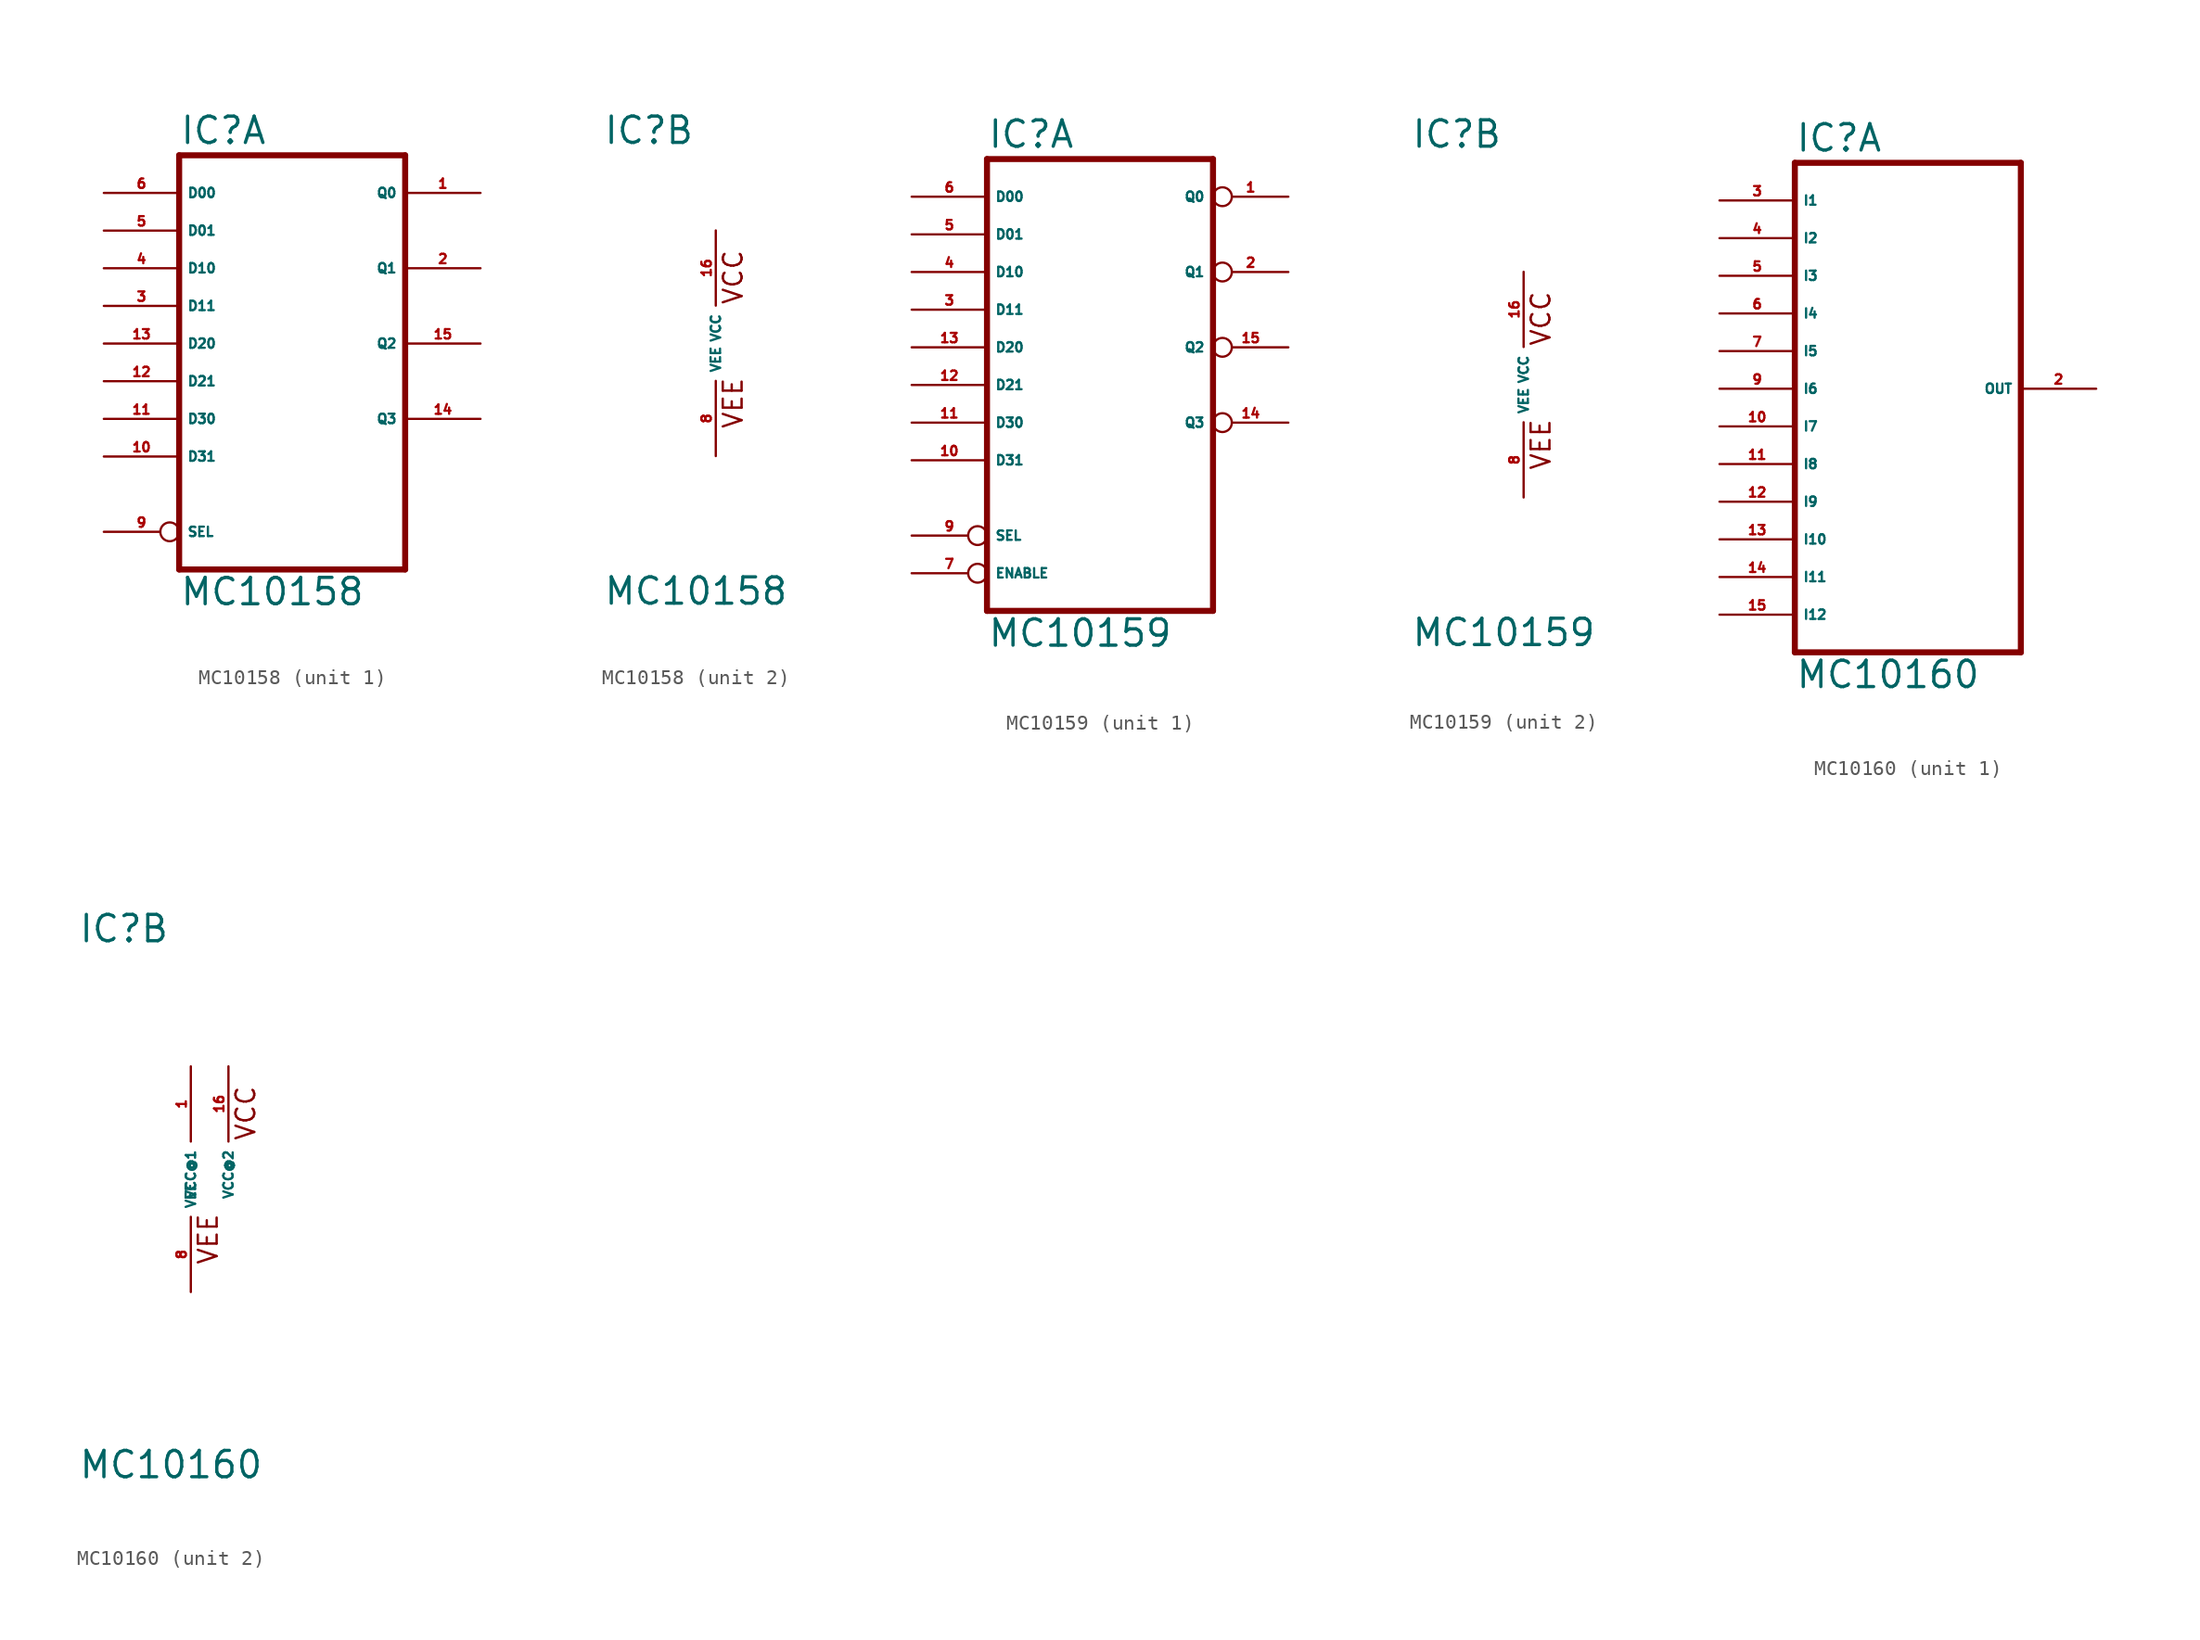
<source format=kicad_sym>
(kicad_symbol_lib
  (version 20220914)
  (generator Eagle2Kicad)
  (symbol "MC10158"
    (property "Reference" "IC"
      (at -7.62 13.335 0)
      (effects (font (size 1.778 1.778) (thickness 0.22)) (justify left bottom)))
    (property "Value" "MC10158"
      (at -7.62 -17.78 0)
      (effects (font (size 1.778 1.778) (thickness 0.22)) (justify left bottom)))
    (symbol "MC10158_1_0"
      (polyline (pts (xy -7.62 -15.24) (xy 7.62 -15.24)) (stroke (width 0.406) (type default)) (fill (type none)))
      (polyline (pts (xy 7.62 -15.24) (xy 7.62 12.7)) (stroke (width 0.406) (type default)) (fill (type none)))
      (polyline (pts (xy 7.62 12.7) (xy -7.62 12.7)) (stroke (width 0.406) (type default)) (fill (type none)))
      (polyline (pts (xy -7.62 12.7) (xy -7.62 -15.24)) (stroke (width 0.406) (type default)) (fill (type none)))
      (pin output line (at 12.7 10.16 180) (length 5.08) (name "Q0" (effects (font (size 0.635 0.635) (thickness 0.08)) (justify left bottom))) (number "1" (effects (font (size 0.635 0.635) (thickness 0.08)) (justify left bottom))))
      (pin output line (at 12.7 5.08 180) (length 5.08) (name "Q1" (effects (font (size 0.635 0.635) (thickness 0.08)) (justify left bottom))) (number "2" (effects (font (size 0.635 0.635) (thickness 0.08)) (justify left bottom))))
      (pin input line (at -12.7 2.54 0) (length 5.08) (name "D11" (effects (font (size 0.635 0.635) (thickness 0.08)) (justify left bottom))) (number "3" (effects (font (size 0.635 0.635) (thickness 0.08)) (justify left bottom))))
      (pin input line (at -12.7 5.08 0) (length 5.08) (name "D10" (effects (font (size 0.635 0.635) (thickness 0.08)) (justify left bottom))) (number "4" (effects (font (size 0.635 0.635) (thickness 0.08)) (justify left bottom))))
      (pin input line (at -12.7 7.62 0) (length 5.08) (name "D01" (effects (font (size 0.635 0.635) (thickness 0.08)) (justify left bottom))) (number "5" (effects (font (size 0.635 0.635) (thickness 0.08)) (justify left bottom))))
      (pin input line (at -12.7 10.16 0) (length 5.08) (name "D00" (effects (font (size 0.635 0.635) (thickness 0.08)) (justify left bottom))) (number "6" (effects (font (size 0.635 0.635) (thickness 0.08)) (justify left bottom))))
      (pin input inverted (at -12.7 -12.7 0) (length 5.08) (name "SEL" (effects (font (size 0.635 0.635) (thickness 0.08)) (justify left bottom))) (number "9" (effects (font (size 0.635 0.635) (thickness 0.08)) (justify left bottom))))
      (pin input line (at -12.7 -7.62 0) (length 5.08) (name "D31" (effects (font (size 0.635 0.635) (thickness 0.08)) (justify left bottom))) (number "10" (effects (font (size 0.635 0.635) (thickness 0.08)) (justify left bottom))))
      (pin input line (at -12.7 -5.08 0) (length 5.08) (name "D30" (effects (font (size 0.635 0.635) (thickness 0.08)) (justify left bottom))) (number "11" (effects (font (size 0.635 0.635) (thickness 0.08)) (justify left bottom))))
      (pin input line (at -12.7 -2.54 0) (length 5.08) (name "D21" (effects (font (size 0.635 0.635) (thickness 0.08)) (justify left bottom))) (number "12" (effects (font (size 0.635 0.635) (thickness 0.08)) (justify left bottom))))
      (pin input line (at -12.7 0 0) (length 5.08) (name "D20" (effects (font (size 0.635 0.635) (thickness 0.08)) (justify left bottom))) (number "13" (effects (font (size 0.635 0.635) (thickness 0.08)) (justify left bottom))))
      (pin output line (at 12.7 -5.08 180) (length 5.08) (name "Q3" (effects (font (size 0.635 0.635) (thickness 0.08)) (justify left bottom))) (number "14" (effects (font (size 0.635 0.635) (thickness 0.08)) (justify left bottom))))
      (pin output line (at 12.7 0 180) (length 5.08) (name "Q2" (effects (font (size 0.635 0.635) (thickness 0.08)) (justify left bottom))) (number "15" (effects (font (size 0.635 0.635) (thickness 0.08)) (justify left bottom)))))
    (symbol "MC10158_2_0"
      (text "VCC" (at 1.905 2.54 900) (effects (font (size 1.27 1.27) (thickness 0.16)) (justify left bottom)))
      (text "VEE" (at 1.905 -5.842 900) (effects (font (size 1.27 1.27) (thickness 0.16)) (justify left bottom)))
      (pin unspecified line (at 0 -7.62 90) (length 5.08) (name "VEE" (effects (font (size 0.635 0.635) (thickness 0.08)) (justify left bottom))) (number "8" (effects (font (size 0.635 0.635) (thickness 0.08)) (justify left bottom))))
      (pin unspecified line (at 0 7.62 270) (length 5.08) (name "VCC" (effects (font (size 0.635 0.635) (thickness 0.08)) (justify left bottom))) (number "16" (effects (font (size 0.635 0.635) (thickness 0.08)) (justify left bottom))))))
  (symbol "MC10159"
    (property "Reference" "IC"
      (at -7.62 15.875 0)
      (effects (font (size 1.778 1.778) (thickness 0.22)) (justify left bottom)))
    (property "Value" "MC10159"
      (at -7.62 -17.78 0)
      (effects (font (size 1.778 1.778) (thickness 0.22)) (justify left bottom)))
    (symbol "MC10159_1_0"
      (polyline (pts (xy -7.62 -15.24) (xy 7.62 -15.24)) (stroke (width 0.406) (type default)) (fill (type none)))
      (polyline (pts (xy 7.62 -15.24) (xy 7.62 15.24)) (stroke (width 0.406) (type default)) (fill (type none)))
      (polyline (pts (xy 7.62 15.24) (xy -7.62 15.24)) (stroke (width 0.406) (type default)) (fill (type none)))
      (polyline (pts (xy -7.62 15.24) (xy -7.62 -15.24)) (stroke (width 0.406) (type default)) (fill (type none)))
      (pin output inverted (at 12.7 12.7 180) (length 5.08) (name "Q0" (effects (font (size 0.635 0.635) (thickness 0.08)) (justify left bottom))) (number "1" (effects (font (size 0.635 0.635) (thickness 0.08)) (justify left bottom))))
      (pin output inverted (at 12.7 7.62 180) (length 5.08) (name "Q1" (effects (font (size 0.635 0.635) (thickness 0.08)) (justify left bottom))) (number "2" (effects (font (size 0.635 0.635) (thickness 0.08)) (justify left bottom))))
      (pin input line (at -12.7 5.08 0) (length 5.08) (name "D11" (effects (font (size 0.635 0.635) (thickness 0.08)) (justify left bottom))) (number "3" (effects (font (size 0.635 0.635) (thickness 0.08)) (justify left bottom))))
      (pin input line (at -12.7 7.62 0) (length 5.08) (name "D10" (effects (font (size 0.635 0.635) (thickness 0.08)) (justify left bottom))) (number "4" (effects (font (size 0.635 0.635) (thickness 0.08)) (justify left bottom))))
      (pin input line (at -12.7 10.16 0) (length 5.08) (name "D01" (effects (font (size 0.635 0.635) (thickness 0.08)) (justify left bottom))) (number "5" (effects (font (size 0.635 0.635) (thickness 0.08)) (justify left bottom))))
      (pin input line (at -12.7 12.7 0) (length 5.08) (name "D00" (effects (font (size 0.635 0.635) (thickness 0.08)) (justify left bottom))) (number "6" (effects (font (size 0.635 0.635) (thickness 0.08)) (justify left bottom))))
      (pin input inverted (at -12.7 -12.7 0) (length 5.08) (name "ENABLE" (effects (font (size 0.635 0.635) (thickness 0.08)) (justify left bottom))) (number "7" (effects (font (size 0.635 0.635) (thickness 0.08)) (justify left bottom))))
      (pin input inverted (at -12.7 -10.16 0) (length 5.08) (name "SEL" (effects (font (size 0.635 0.635) (thickness 0.08)) (justify left bottom))) (number "9" (effects (font (size 0.635 0.635) (thickness 0.08)) (justify left bottom))))
      (pin input line (at -12.7 -5.08 0) (length 5.08) (name "D31" (effects (font (size 0.635 0.635) (thickness 0.08)) (justify left bottom))) (number "10" (effects (font (size 0.635 0.635) (thickness 0.08)) (justify left bottom))))
      (pin input line (at -12.7 -2.54 0) (length 5.08) (name "D30" (effects (font (size 0.635 0.635) (thickness 0.08)) (justify left bottom))) (number "11" (effects (font (size 0.635 0.635) (thickness 0.08)) (justify left bottom))))
      (pin input line (at -12.7 0 0) (length 5.08) (name "D21" (effects (font (size 0.635 0.635) (thickness 0.08)) (justify left bottom))) (number "12" (effects (font (size 0.635 0.635) (thickness 0.08)) (justify left bottom))))
      (pin input line (at -12.7 2.54 0) (length 5.08) (name "D20" (effects (font (size 0.635 0.635) (thickness 0.08)) (justify left bottom))) (number "13" (effects (font (size 0.635 0.635) (thickness 0.08)) (justify left bottom))))
      (pin output inverted (at 12.7 -2.54 180) (length 5.08) (name "Q3" (effects (font (size 0.635 0.635) (thickness 0.08)) (justify left bottom))) (number "14" (effects (font (size 0.635 0.635) (thickness 0.08)) (justify left bottom))))
      (pin output inverted (at 12.7 2.54 180) (length 5.08) (name "Q2" (effects (font (size 0.635 0.635) (thickness 0.08)) (justify left bottom))) (number "15" (effects (font (size 0.635 0.635) (thickness 0.08)) (justify left bottom)))))
    (symbol "MC10159_2_0"
      (text "VCC" (at 1.905 2.54 900) (effects (font (size 1.27 1.27) (thickness 0.16)) (justify left bottom)))
      (text "VEE" (at 1.905 -5.842 900) (effects (font (size 1.27 1.27) (thickness 0.16)) (justify left bottom)))
      (pin unspecified line (at 0 -7.62 90) (length 5.08) (name "VEE" (effects (font (size 0.635 0.635) (thickness 0.08)) (justify left bottom))) (number "8" (effects (font (size 0.635 0.635) (thickness 0.08)) (justify left bottom))))
      (pin unspecified line (at 0 7.62 270) (length 5.08) (name "VCC" (effects (font (size 0.635 0.635) (thickness 0.08)) (justify left bottom))) (number "16" (effects (font (size 0.635 0.635) (thickness 0.08)) (justify left bottom))))))
  (symbol "MC10160"
    (property "Reference" "IC"
      (at -7.62 15.875 0)
      (effects (font (size 1.778 1.778) (thickness 0.22)) (justify left bottom)))
    (property "Value" "MC10160"
      (at -7.62 -20.32 0)
      (effects (font (size 1.778 1.778) (thickness 0.22)) (justify left bottom)))
    (symbol "MC10160_1_0"
      (polyline (pts (xy -7.62 -17.78) (xy 7.62 -17.78)) (stroke (width 0.406) (type default)) (fill (type none)))
      (polyline (pts (xy 7.62 -17.78) (xy 7.62 15.24)) (stroke (width 0.406) (type default)) (fill (type none)))
      (polyline (pts (xy 7.62 15.24) (xy -7.62 15.24)) (stroke (width 0.406) (type default)) (fill (type none)))
      (polyline (pts (xy -7.62 15.24) (xy -7.62 -17.78)) (stroke (width 0.406) (type default)) (fill (type none)))
      (pin output line (at 12.7 0 180) (length 5.08) (name "OUT" (effects (font (size 0.635 0.635) (thickness 0.08)) (justify left bottom))) (number "2" (effects (font (size 0.635 0.635) (thickness 0.08)) (justify left bottom))))
      (pin input line (at -12.7 12.7 0) (length 5.08) (name "I1" (effects (font (size 0.635 0.635) (thickness 0.08)) (justify left bottom))) (number "3" (effects (font (size 0.635 0.635) (thickness 0.08)) (justify left bottom))))
      (pin input line (at -12.7 10.16 0) (length 5.08) (name "I2" (effects (font (size 0.635 0.635) (thickness 0.08)) (justify left bottom))) (number "4" (effects (font (size 0.635 0.635) (thickness 0.08)) (justify left bottom))))
      (pin input line (at -12.7 7.62 0) (length 5.08) (name "I3" (effects (font (size 0.635 0.635) (thickness 0.08)) (justify left bottom))) (number "5" (effects (font (size 0.635 0.635) (thickness 0.08)) (justify left bottom))))
      (pin input line (at -12.7 5.08 0) (length 5.08) (name "I4" (effects (font (size 0.635 0.635) (thickness 0.08)) (justify left bottom))) (number "6" (effects (font (size 0.635 0.635) (thickness 0.08)) (justify left bottom))))
      (pin input line (at -12.7 2.54 0) (length 5.08) (name "I5" (effects (font (size 0.635 0.635) (thickness 0.08)) (justify left bottom))) (number "7" (effects (font (size 0.635 0.635) (thickness 0.08)) (justify left bottom))))
      (pin input line (at -12.7 0 0) (length 5.08) (name "I6" (effects (font (size 0.635 0.635) (thickness 0.08)) (justify left bottom))) (number "9" (effects (font (size 0.635 0.635) (thickness 0.08)) (justify left bottom))))
      (pin input line (at -12.7 -2.54 0) (length 5.08) (name "I7" (effects (font (size 0.635 0.635) (thickness 0.08)) (justify left bottom))) (number "10" (effects (font (size 0.635 0.635) (thickness 0.08)) (justify left bottom))))
      (pin input line (at -12.7 -5.08 0) (length 5.08) (name "I8" (effects (font (size 0.635 0.635) (thickness 0.08)) (justify left bottom))) (number "11" (effects (font (size 0.635 0.635) (thickness 0.08)) (justify left bottom))))
      (pin input line (at -12.7 -7.62 0) (length 5.08) (name "I9" (effects (font (size 0.635 0.635) (thickness 0.08)) (justify left bottom))) (number "12" (effects (font (size 0.635 0.635) (thickness 0.08)) (justify left bottom))))
      (pin input line (at -12.7 -10.16 0) (length 5.08) (name "I10" (effects (font (size 0.635 0.635) (thickness 0.08)) (justify left bottom))) (number "13" (effects (font (size 0.635 0.635) (thickness 0.08)) (justify left bottom))))
      (pin input line (at -12.7 -12.7 0) (length 5.08) (name "I11" (effects (font (size 0.635 0.635) (thickness 0.08)) (justify left bottom))) (number "14" (effects (font (size 0.635 0.635) (thickness 0.08)) (justify left bottom))))
      (pin input line (at -12.7 -15.24 0) (length 5.08) (name "I12" (effects (font (size 0.635 0.635) (thickness 0.08)) (justify left bottom))) (number "15" (effects (font (size 0.635 0.635) (thickness 0.08)) (justify left bottom)))))
    (symbol "MC10160_2_0"
      (text "VCC" (at 4.445 2.54 900) (effects (font (size 1.27 1.27) (thickness 0.16)) (justify left bottom)))
      (text "VEE" (at 1.905 -5.842 900) (effects (font (size 1.27 1.27) (thickness 0.16)) (justify left bottom)))
      (pin unspecified line (at 0 -7.62 90) (length 5.08) (name "VEE" (effects (font (size 0.635 0.635) (thickness 0.08)) (justify left bottom))) (number "8" (effects (font (size 0.635 0.635) (thickness 0.08)) (justify left bottom))))
      (pin unspecified line (at 0 7.62 270) (length 5.08) (name "VCC@1" (effects (font (size 0.635 0.635) (thickness 0.08)) (justify left bottom))) (number "1" (effects (font (size 0.635 0.635) (thickness 0.08)) (justify left bottom))))
      (pin unspecified line (at 2.54 7.62 270) (length 5.08) (name "VCC@2" (effects (font (size 0.635 0.635) (thickness 0.08)) (justify left bottom))) (number "16" (effects (font (size 0.635 0.635) (thickness 0.08)) (justify left bottom)))))))
</source>
